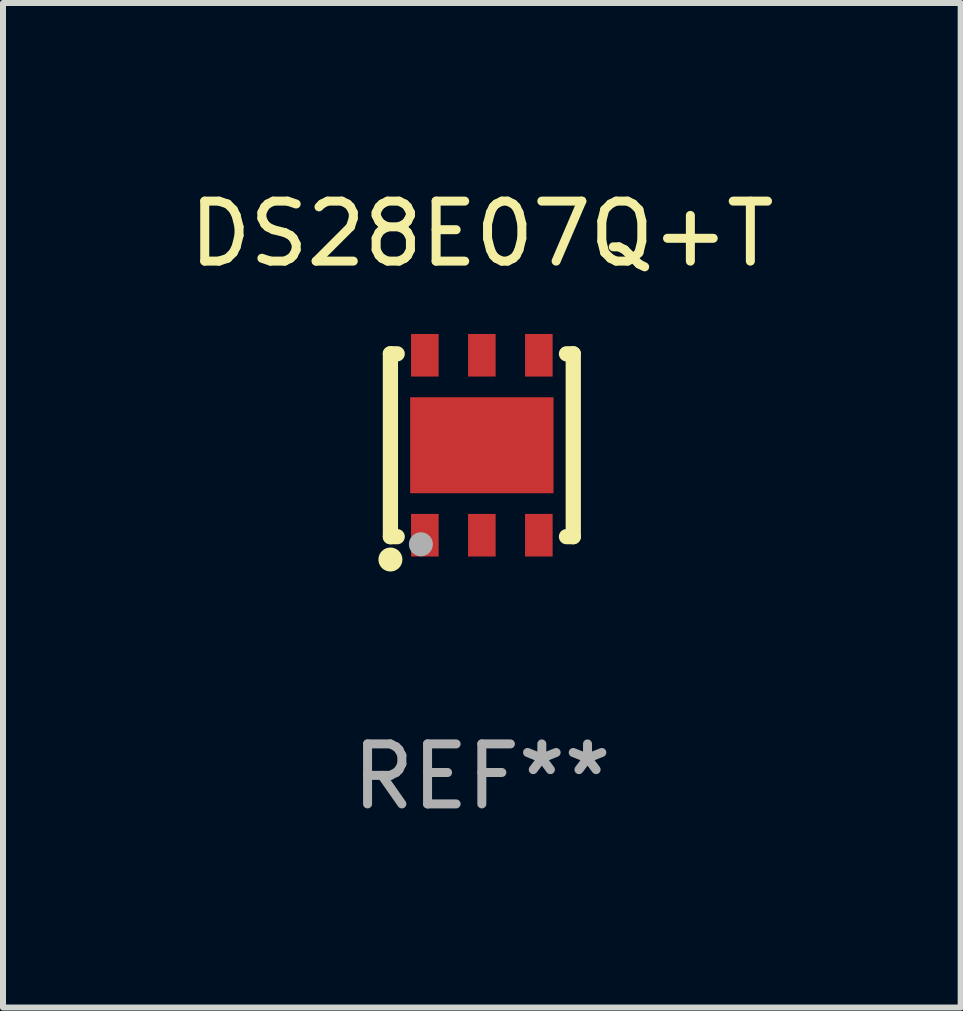
<source format=kicad_pcb>
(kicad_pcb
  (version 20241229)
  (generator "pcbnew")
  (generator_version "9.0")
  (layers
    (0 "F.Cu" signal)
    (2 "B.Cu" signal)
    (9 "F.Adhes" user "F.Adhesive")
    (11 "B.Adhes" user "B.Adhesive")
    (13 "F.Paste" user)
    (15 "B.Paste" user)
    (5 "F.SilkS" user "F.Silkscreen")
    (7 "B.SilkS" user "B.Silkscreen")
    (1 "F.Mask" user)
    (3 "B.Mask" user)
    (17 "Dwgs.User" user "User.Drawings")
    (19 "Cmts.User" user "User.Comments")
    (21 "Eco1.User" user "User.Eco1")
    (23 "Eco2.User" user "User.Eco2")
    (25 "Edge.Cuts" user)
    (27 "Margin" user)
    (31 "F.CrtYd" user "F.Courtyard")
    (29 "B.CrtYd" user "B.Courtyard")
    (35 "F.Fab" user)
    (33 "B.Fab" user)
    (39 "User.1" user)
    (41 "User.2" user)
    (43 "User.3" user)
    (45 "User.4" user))
  (footprint "DS28E07Q+T"
    (layer "F.Cu")
    (at 4.982 4.372)
    (property "Reference" "DS28E07Q+T" (at 0 -3.524 0) (layer "F.SilkS") (effects (font (size 1 1) (thickness 0.15))))
    (attr through_hole)
    (fp_line (start -1.524 -1.524) (end -1.524 1.524) (stroke (width 0.254) (type solid)) (layer "F.SilkS"))
    (fp_line (start -1.524 1.524) (end -1.411 1.524) (stroke (width 0.254) (type solid)) (layer "F.SilkS"))
    (fp_line (start -1.411 -1.524) (end -1.524 -1.524) (stroke (width 0.254) (type solid)) (layer "F.SilkS"))
    (fp_line (start 1.411 1.524) (end 1.524 1.524) (stroke (width 0.254) (type solid)) (layer "F.SilkS"))
    (fp_line (start 1.524 -1.524) (end 1.411 -1.524) (stroke (width 0.254) (type solid)) (layer "F.SilkS"))
    (fp_line (start 1.524 1.524) (end 1.524 -1.524) (stroke (width 0.254) (type solid)) (layer "F.SilkS"))
    (fp_circle (center -1.524 1.905) (end -1.424 1.905) (stroke (width 0.2) (type solid)) (fill no) (layer "F.SilkS"))
    (fp_circle (center -1.5 1.5) (end -1.47 1.5) (stroke (width 0.06) (type solid)) (fill no) (layer "F.SilkS"))
    (fp_circle (center -1.016 1.651) (end -0.916 1.651) (stroke (width 0.2) (type solid)) (fill no) (layer "F.Fab"))
    (fp_text user "REF**" (at 0 5.524 0) (layer "F.Fab") (effects (font (size 1 1) (thickness 0.15))))
    (pad "1" smd rect (at -0.95 1.5) (size 0.46 0.71) (layers "F.Cu" "F.Mask" "F.Paste"))
    (pad "2" smd rect (at 0 1.5) (size 0.46 0.71) (layers "F.Cu" "F.Mask" "F.Paste"))
    (pad "3" smd rect (at 0.95 1.5) (size 0.46 0.71) (layers "F.Cu" "F.Mask" "F.Paste"))
    (pad "4" smd rect (at 0.95 -1.5) (size 0.46 0.71) (layers "F.Cu" "F.Mask" "F.Paste"))
    (pad "5" smd rect (at 0 -1.5) (size 0.46 0.71) (layers "F.Cu" "F.Mask" "F.Paste"))
    (pad "6" smd rect (at -0.95 -1.5) (size 0.46 0.71) (layers "F.Cu" "F.Mask" "F.Paste"))
    (pad "7" smd rect (at 0 0.000127) (size 2.39 1.6) (layers "F.Cu" "F.Mask" "F.Paste")))
  (gr_rect
    (start -3 -3)
    (end 12.964 13.745)
    (stroke (width 0.1) (type default))
    (fill no)
    (layer "Edge.Cuts")))
</source>
